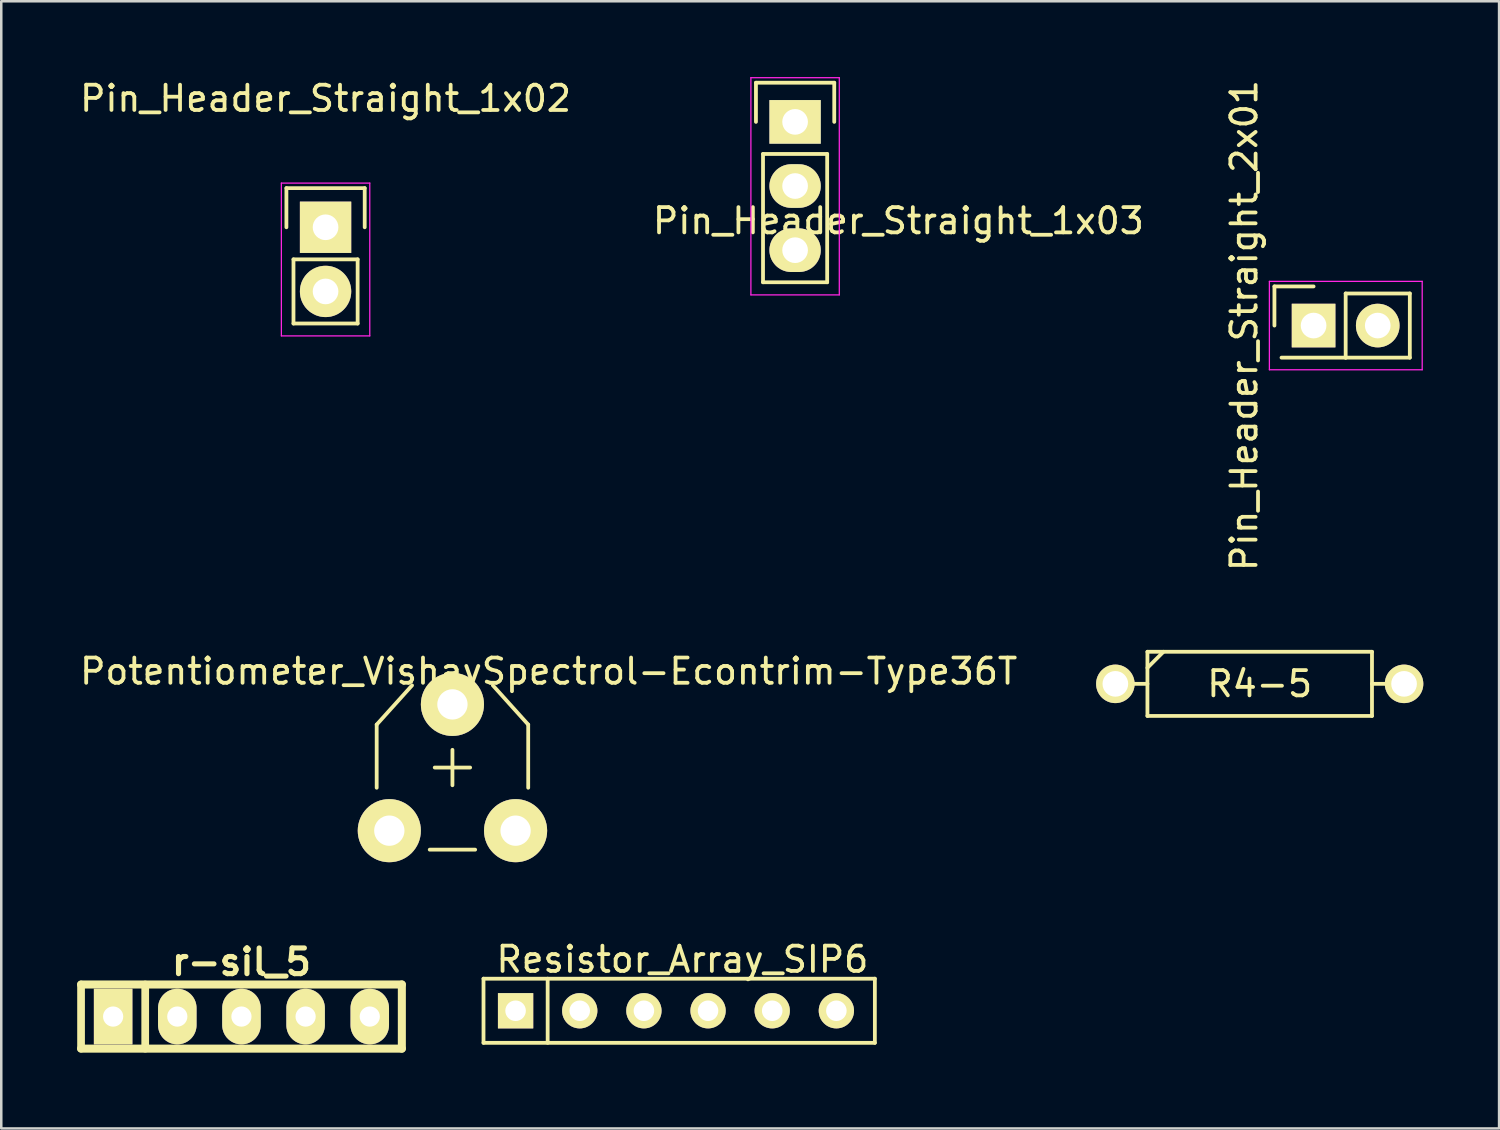
<source format=kicad_pcb>
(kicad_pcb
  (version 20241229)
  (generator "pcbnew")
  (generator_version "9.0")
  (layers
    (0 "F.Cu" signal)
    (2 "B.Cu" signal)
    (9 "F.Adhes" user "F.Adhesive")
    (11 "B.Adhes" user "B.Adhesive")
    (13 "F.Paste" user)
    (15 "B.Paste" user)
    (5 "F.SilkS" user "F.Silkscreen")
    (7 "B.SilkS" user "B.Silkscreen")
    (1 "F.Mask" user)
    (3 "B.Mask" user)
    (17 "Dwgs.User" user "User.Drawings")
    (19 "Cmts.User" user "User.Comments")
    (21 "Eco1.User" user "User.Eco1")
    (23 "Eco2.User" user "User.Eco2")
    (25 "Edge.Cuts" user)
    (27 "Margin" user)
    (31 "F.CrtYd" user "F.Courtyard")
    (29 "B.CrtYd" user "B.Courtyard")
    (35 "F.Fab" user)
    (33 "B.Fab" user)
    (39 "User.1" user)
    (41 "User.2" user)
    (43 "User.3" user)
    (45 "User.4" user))
  (footprint "Pin_Header_Straight_1x03"
    (placed yes)
    (layer "F.Cu")
    (at 28.428 1.775)
    (property "Reference" "Pin_Header_Straight_1x03" (at 4.09 3.92 0) (layer "F.SilkS") (effects (font (size 1 1) (thickness 0.15))))
    (attr through_hole)
    (fp_line (start -1.55 -1.55) (end 1.55 -1.55) (stroke (width 0.15) (type solid)) (layer "F.SilkS"))
    (fp_line (start -1.55 0) (end -1.55 -1.55) (stroke (width 0.15) (type solid)) (layer "F.SilkS"))
    (fp_line (start -1.27 1.27) (end -1.27 6.35) (stroke (width 0.15) (type solid)) (layer "F.SilkS"))
    (fp_line (start -1.27 6.35) (end 1.27 6.35) (stroke (width 0.15) (type solid)) (layer "F.SilkS"))
    (fp_line (start 1.27 1.27) (end -1.27 1.27) (stroke (width 0.15) (type solid)) (layer "F.SilkS"))
    (fp_line (start 1.27 6.35) (end 1.27 1.27) (stroke (width 0.15) (type solid)) (layer "F.SilkS"))
    (fp_line (start 1.55 -1.55) (end 1.55 0) (stroke (width 0.15) (type solid)) (layer "F.SilkS"))
    (fp_line (start -1.75 -1.75) (end -1.75 6.85) (stroke (width 0.05) (type solid)) (layer "F.CrtYd"))
    (fp_line (start -1.75 -1.75) (end 1.75 -1.75) (stroke (width 0.05) (type solid)) (layer "F.CrtYd"))
    (fp_line (start -1.75 6.85) (end 1.75 6.85) (stroke (width 0.05) (type solid)) (layer "F.CrtYd"))
    (fp_line (start 1.75 -1.75) (end 1.75 6.85) (stroke (width 0.05) (type solid)) (layer "F.CrtYd"))
    (pad "1" thru_hole rect (at 0 0) (size 2.032 1.727) (drill 1.016) (layers "*.Cu" "*.Mask" "F.SilkS"))
    (pad "2" thru_hole oval (at 0 2.54) (size 2.032 1.727) (drill 1.016) (layers "*.Cu" "*.Mask" "F.SilkS"))
    (pad "3" thru_hole oval (at 0 5.08) (size 2.032 1.727) (drill 1.016) (layers "*.Cu" "*.Mask" "F.SilkS")))
  (footprint "Resistor_Array_SIP6"
    (layer "F.Cu")
    (at 23.712 36.966)
    (property "Reference" "Resistor_Array_SIP6" (at 0.254 -2.032 0) (layer "F.SilkS") (effects (font (size 1 1) (thickness 0.15))))
    (attr through_hole)
    (fp_line (start -7.62 1.27) (end -7.62 -1.27) (stroke (width 0.15) (type solid)) (layer "F.SilkS"))
    (fp_line (start -5.08 -1.27) (end -5.08 1.27) (stroke (width 0.15) (type solid)) (layer "F.SilkS"))
    (fp_line (start 7.874 -1.27) (end -7.62 -1.27) (stroke (width 0.15) (type solid)) (layer "F.SilkS"))
    (fp_line (start 7.874 -1.27) (end 7.874 1.27) (stroke (width 0.15) (type solid)) (layer "F.SilkS"))
    (fp_line (start 7.874 1.27) (end -7.62 1.27) (stroke (width 0.15) (type solid)) (layer "F.SilkS"))
    (pad "1" thru_hole rect (at -6.35 0) (size 1.397 1.397) (drill 0.813) (layers "*.Cu" "*.Mask" "F.SilkS"))
    (pad "2" thru_hole circle (at -3.81 0) (size 1.397 1.397) (drill 0.813) (layers "*.Cu" "*.Mask" "F.SilkS"))
    (pad "3" thru_hole circle (at -1.27 0) (size 1.397 1.397) (drill 0.813) (layers "*.Cu" "*.Mask" "F.SilkS"))
    (pad "4" thru_hole circle (at 1.27 0) (size 1.397 1.397) (drill 0.813) (layers "*.Cu" "*.Mask" "F.SilkS"))
    (pad "5" thru_hole circle (at 3.81 0) (size 1.397 1.397) (drill 0.813) (layers "*.Cu" "*.Mask" "F.SilkS"))
    (pad "6" thru_hole circle (at 6.35 0) (size 1.397 1.397) (drill 0.813) (layers "*.Cu" "*.Mask" "F.SilkS")))
  (footprint "R4-5"
    (placed yes)
    (layer "F.Cu")
    (at 46.822 24.024)
    (property "Reference" "R4-5" (at 0 0 0) (layer "F.SilkS") (effects (font (size 1 1) (thickness 0.15))))
    (attr through_hole)
    (fp_line (start -4.445 -1.27) (end -4.445 1.27) (stroke (width 0.15) (type solid)) (layer "F.SilkS"))
    (fp_line (start -4.445 -0.635) (end -3.81 -1.27) (stroke (width 0.15) (type solid)) (layer "F.SilkS"))
    (fp_line (start -4.445 0) (end -5.715 0) (stroke (width 0.15) (type solid)) (layer "F.SilkS"))
    (fp_line (start -4.445 1.27) (end 4.445 1.27) (stroke (width 0.15) (type solid)) (layer "F.SilkS"))
    (fp_line (start 4.445 -1.27) (end -4.445 -1.27) (stroke (width 0.15) (type solid)) (layer "F.SilkS"))
    (fp_line (start 4.445 0) (end 5.715 0) (stroke (width 0.15) (type solid)) (layer "F.SilkS"))
    (fp_line (start 4.445 1.27) (end 4.445 -1.27) (stroke (width 0.15) (type solid)) (layer "F.SilkS"))
    (pad "1" thru_hole circle (at -5.715 0) (size 1.524 1.524) (drill 1.016) (layers "*.Cu" "*.Mask" "F.SilkS"))
    (pad "2" thru_hole circle (at 5.715 0) (size 1.524 1.524) (drill 1.016) (layers "*.Cu" "*.Mask" "F.SilkS")))
  (footprint "r-sil_5"
    (placed yes)
    (layer "F.Cu")
    (at 6.509 37.196)
    (property "Reference" "r-sil_5" (at 0 -2.159 0) (layer "F.SilkS") (effects (font (size 1.016 1.016) (thickness 0.203))))
    (attr through_hole)
    (fp_line (start -6.35 -1.27) (end 6.35 -1.27) (stroke (width 0.318) (type solid)) (layer "F.SilkS"))
    (fp_line (start -6.35 1.27) (end -6.35 -1.27) (stroke (width 0.305) (type solid)) (layer "F.SilkS"))
    (fp_line (start -3.81 -1.27) (end -3.81 1.27) (stroke (width 0.305) (type solid)) (layer "F.SilkS"))
    (fp_line (start 6.35 -1.27) (end 6.35 1.27) (stroke (width 0.318) (type solid)) (layer "F.SilkS"))
    (fp_line (start 6.35 1.27) (end -6.35 1.27) (stroke (width 0.318) (type solid)) (layer "F.SilkS"))
    (pad "1" thru_hole rect (at -5.08 0) (size 1.524 2.2) (drill 0.8) (layers "*.Cu" "*.Mask" "F.SilkS"))
    (pad "2" thru_hole oval (at -2.54 0) (size 1.524 2.2) (drill 0.8) (layers "*.Cu" "*.Mask" "F.SilkS"))
    (pad "3" thru_hole oval (at 0 0) (size 1.524 2.2) (drill 0.8) (layers "*.Cu" "*.Mask" "F.SilkS"))
    (pad "4" thru_hole oval (at 2.54 0) (size 1.524 2.2) (drill 0.8) (layers "*.Cu" "*.Mask" "F.SilkS"))
    (pad "5" thru_hole oval (at 5.08 0) (size 1.524 2.2) (drill 0.8) (layers "*.Cu" "*.Mask" "F.SilkS")))
  (footprint "Potentiometer_VishaySpectrol-Econtrim-Type36T"
    (placed yes)
    (layer "F.Cu")
    (at 12.363 29.836)
    (property "Reference" "Potentiometer_VishaySpectrol-Econtrim-Type36T" (at 6.309 -6.309 0) (layer "F.SilkS") (effects (font (size 1 1) (thickness 0.15))))
    (attr through_hole)
    (fp_line (start -0.5 -4.199) (end -0.5 -1.699) (stroke (width 0.15) (type solid)) (layer "F.SilkS"))
    (fp_line (start 0.899 -5.751) (end -0.5 -4.199) (stroke (width 0.15) (type solid)) (layer "F.SilkS"))
    (fp_line (start 1.6 0.752) (end 3.399 0.752) (stroke (width 0.15) (type solid)) (layer "F.SilkS"))
    (fp_line (start 1.798 -2.499) (end 3.2 -2.499) (stroke (width 0.15) (type solid)) (layer "F.SilkS"))
    (fp_line (start 2.499 -1.798) (end 2.499 -3.2) (stroke (width 0.15) (type solid)) (layer "F.SilkS"))
    (fp_line (start 4.1 -5.751) (end 5.499 -4.199) (stroke (width 0.15) (type solid)) (layer "F.SilkS"))
    (fp_line (start 5.499 -4.199) (end 5.499 -1.699) (stroke (width 0.15) (type solid)) (layer "F.SilkS"))
    (pad "1" thru_hole circle (at 0 0) (size 2.499 2.499) (drill 1.199) (layers "*.Cu" "*.Mask" "F.SilkS"))
    (pad "2" thru_hole circle (at 2.499 -4.999) (size 2.499 2.499) (drill 1.199) (layers "*.Cu" "*.Mask" "F.SilkS"))
    (pad "3" thru_hole circle (at 4.999 0) (size 2.499 2.499) (drill 1.199) (layers "*.Cu" "*.Mask" "F.SilkS")))
  (footprint "Pin_Header_Straight_2x01"
    (placed yes)
    (layer "F.Cu")
    (at 48.955 9.839)
    (property "Reference" "Pin_Header_Straight_2x01" (at -2.75 0 270) (layer "F.SilkS") (effects (font (size 1 1) (thickness 0.15))))
    (attr through_hole)
    (fp_line (start -1.55 0) (end -1.55 -1.55) (stroke (width 0.15) (type solid)) (layer "F.SilkS"))
    (fp_line (start -1.27 1.27) (end 1.27 1.27) (stroke (width 0.15) (type solid)) (layer "F.SilkS"))
    (fp_line (start 0 -1.55) (end -1.55 -1.55) (stroke (width 0.15) (type solid)) (layer "F.SilkS"))
    (fp_line (start 1.27 -1.27) (end 1.27 1.27) (stroke (width 0.15) (type solid)) (layer "F.SilkS"))
    (fp_line (start 1.27 1.27) (end 3.81 1.27) (stroke (width 0.15) (type solid)) (layer "F.SilkS"))
    (fp_line (start 3.81 -1.27) (end 1.27 -1.27) (stroke (width 0.15) (type solid)) (layer "F.SilkS"))
    (fp_line (start 3.81 1.27) (end 3.81 -1.27) (stroke (width 0.15) (type solid)) (layer "F.SilkS"))
    (fp_line (start -1.75 -1.75) (end -1.75 1.75) (stroke (width 0.05) (type solid)) (layer "F.CrtYd"))
    (fp_line (start -1.75 -1.75) (end 4.3 -1.75) (stroke (width 0.05) (type solid)) (layer "F.CrtYd"))
    (fp_line (start -1.75 1.75) (end 4.3 1.75) (stroke (width 0.05) (type solid)) (layer "F.CrtYd"))
    (fp_line (start 4.3 -1.75) (end 4.3 1.75) (stroke (width 0.05) (type solid)) (layer "F.CrtYd"))
    (pad "1" thru_hole rect (at 0 0) (size 1.727 1.727) (drill 1.016) (layers "*.Cu" "*.Mask" "F.SilkS"))
    (pad "2" thru_hole oval (at 2.54 0) (size 1.727 1.727) (drill 1.016) (layers "*.Cu" "*.Mask" "F.SilkS")))
  (footprint "Pin_Header_Straight_1x02"
    (placed yes)
    (layer "F.Cu")
    (at 9.839 5.948)
    (property "Reference" "Pin_Header_Straight_1x02" (at 0 -5.1 0) (layer "F.SilkS") (effects (font (size 1 1) (thickness 0.15))))
    (attr through_hole)
    (fp_line (start -1.55 -1.55) (end 1.55 -1.55) (stroke (width 0.15) (type solid)) (layer "F.SilkS"))
    (fp_line (start -1.55 0) (end -1.55 -1.55) (stroke (width 0.15) (type solid)) (layer "F.SilkS"))
    (fp_line (start -1.27 1.27) (end -1.27 3.81) (stroke (width 0.15) (type solid)) (layer "F.SilkS"))
    (fp_line (start -1.27 3.81) (end 1.27 3.81) (stroke (width 0.15) (type solid)) (layer "F.SilkS"))
    (fp_line (start 1.27 1.27) (end -1.27 1.27) (stroke (width 0.15) (type solid)) (layer "F.SilkS"))
    (fp_line (start 1.27 1.27) (end 1.27 3.81) (stroke (width 0.15) (type solid)) (layer "F.SilkS"))
    (fp_line (start 1.55 -1.55) (end 1.55 0) (stroke (width 0.15) (type solid)) (layer "F.SilkS"))
    (fp_line (start -1.75 -1.75) (end -1.75 4.3) (stroke (width 0.05) (type solid)) (layer "F.CrtYd"))
    (fp_line (start -1.75 -1.75) (end 1.75 -1.75) (stroke (width 0.05) (type solid)) (layer "F.CrtYd"))
    (fp_line (start -1.75 4.3) (end 1.75 4.3) (stroke (width 0.05) (type solid)) (layer "F.CrtYd"))
    (fp_line (start 1.75 -1.75) (end 1.75 4.3) (stroke (width 0.05) (type solid)) (layer "F.CrtYd"))
    (pad "1" thru_hole rect (at 0 0) (size 2.032 2.032) (drill 1.016) (layers "*.Cu" "*.Mask" "F.SilkS"))
    (pad "2" thru_hole oval (at 0 2.54) (size 2.032 2.032) (drill 1.016) (layers "*.Cu" "*.Mask" "F.SilkS")))
  (gr_rect
    (start -3 -3)
    (end 56.299 41.625)
    (stroke (width 0.1) (type default))
    (fill no)
    (layer "Edge.Cuts")))
</source>
